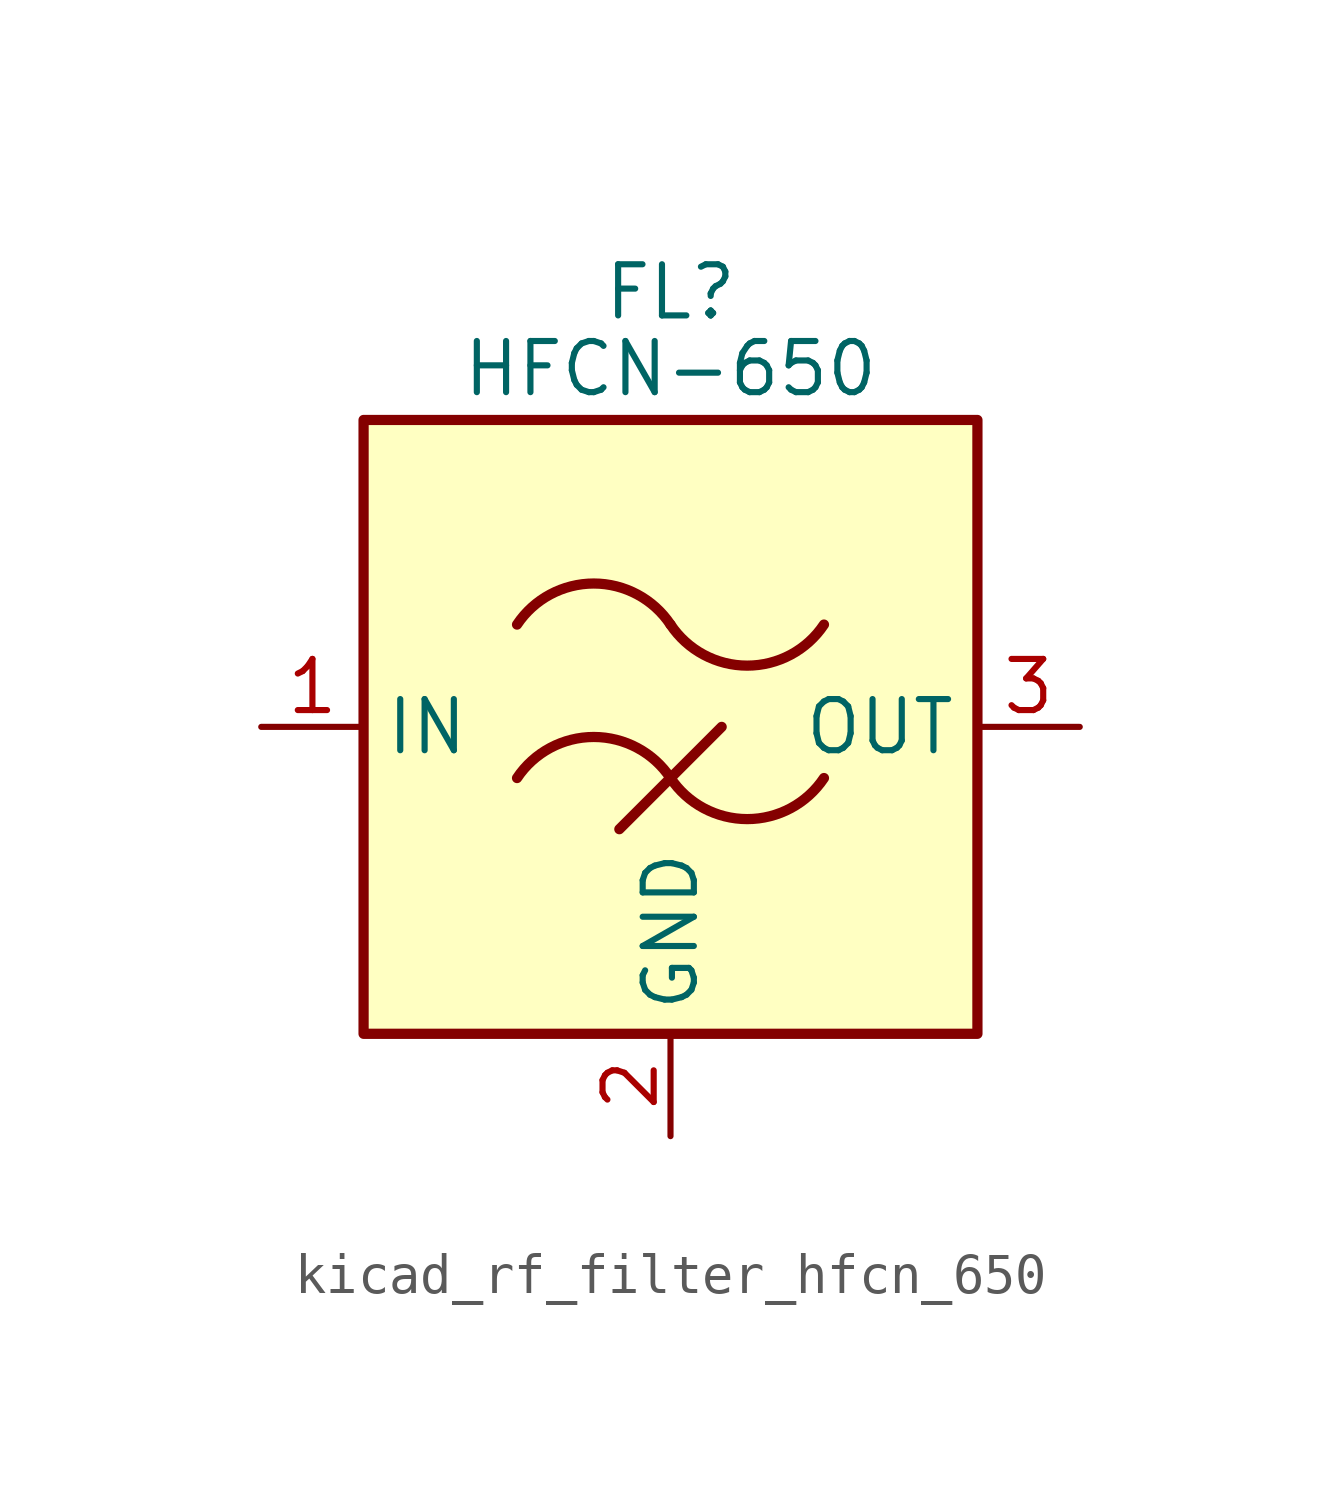
<source format=kicad_sym>
(kicad_symbol_lib
  (version 20220914)
  (generator kicad_symbol_editor)
  (symbol "kicad_rf_filter_hfcn_650"
    (property "Reference" "FL"
      (at 0 10.795 0)
      (effects (font (size 1.27 1.27))))
    (property "Value" "HFCN-650"
      (at 0 8.89 0)
      (effects (font (size 1.27 1.27))))
    (symbol "kicad_rf_filter_hfcn_650_0_1"
      (rectangle (start -7.62 7.62) (end 7.62 -7.62) (stroke (width 0.254) (type default)) (fill (type background)))
      (arc (start 0 -1.27) (mid -1.905 -0.2505) (end -3.81 -1.27) (stroke (width 0.254) (type default)) (fill (type none)))
      (arc (start 0 -1.27) (mid 1.905 -2.2895) (end 3.81 -1.27) (stroke (width 0.254) (type default)) (fill (type none)))
      (polyline (pts (xy -1.27 -2.54) (xy 1.27 0)) (stroke (width 0.254) (type default)) (fill (type none)))
      (arc (start 0 2.54) (mid -1.905 3.5595) (end -3.81 2.54) (stroke (width 0.254) (type default)) (fill (type none)))
      (arc (start 0 2.54) (mid 1.905 1.5205) (end 3.81 2.54) (stroke (width 0.254) (type default)) (fill (type none))))
    (symbol "kicad_rf_filter_hfcn_650_1_1"
      (pin passive line (at -10.16 0 0) (length 2.54) (name "IN" (effects (font (size 1.27 1.27)))) (number "1" (effects (font (size 1.27 1.27)))))
      (pin passive line (at 0 -10.16 90) (length 2.54) (name "GND" (effects (font (size 1.27 1.27)))) (number "2" (effects (font (size 1.27 1.27)))))
      (pin passive line (at 10.16 0 180) (length 2.54) (name "OUT" (effects (font (size 1.27 1.27)))) (number "3" (effects (font (size 1.27 1.27)))))
      (pin passive line (at 0 -10.16 90) (length 2.54) hide (name "GND" (effects (font (size 1.27 1.27)))) (number "4" (effects (font (size 1.27 1.27))))))))
</source>
